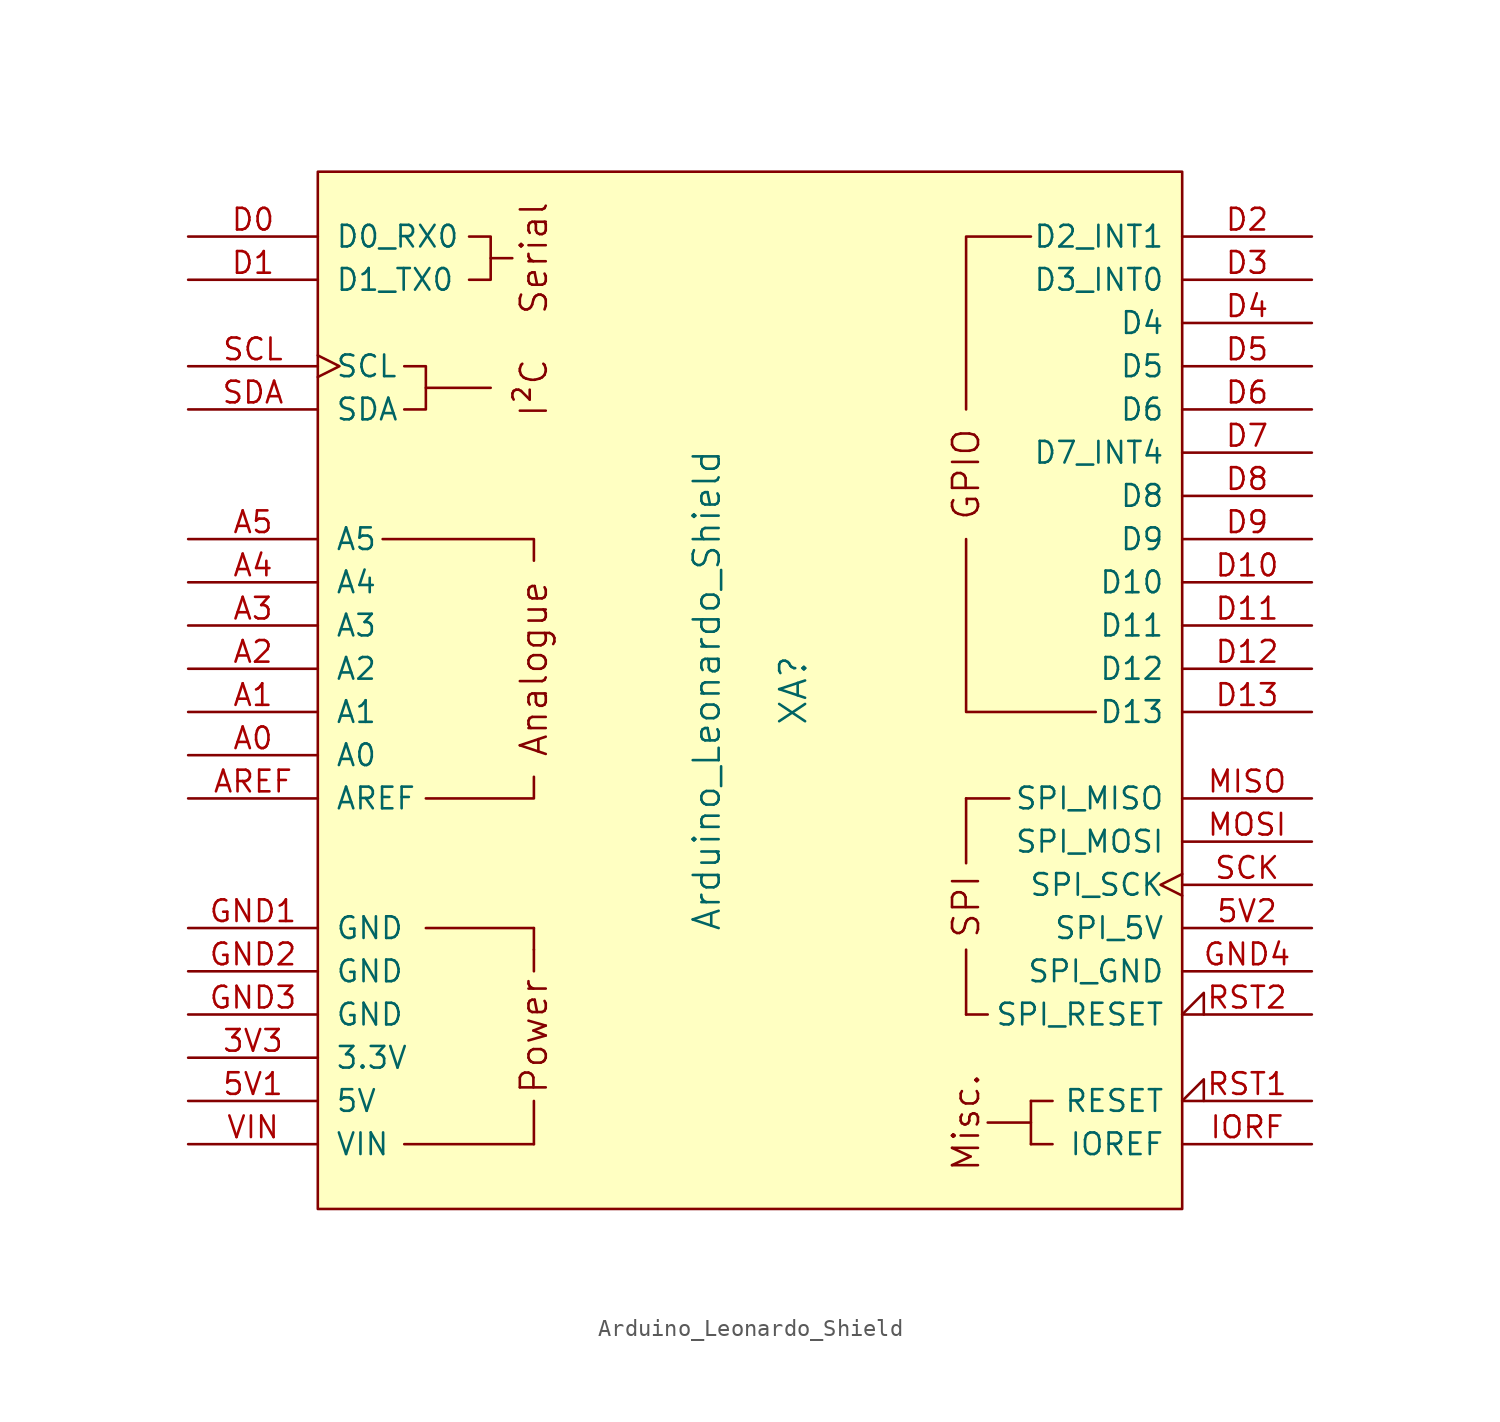
<source format=kicad_sym>
(kicad_symbol_lib
  (version 20211014)
  (generator kicad_symbol_editor)
  (symbol "Arduino_Leonardo_Shield"
    (pin_names
      (offset 1.016))
    (property "Reference" "XA"
      (at 2.54 0 90)
      (effects (font (size 1.524 1.524))))
    (property "Value" "Arduino_Leonardo_Shield"
      (at -2.54 0 90)
      (effects (font (size 1.524 1.524))))
    (symbol "Arduino_Leonardo_Shield_0_0"
      (rectangle (start -25.4 30.48) (end 25.4 -30.48) (stroke (width 0) (type default) (color 0 0 0 0)) (fill (type background)))
      (rectangle (start -20.32 -26.67) (end -12.7 -26.67) (stroke (width 0) (type default) (color 0 0 0 0)) (fill (type none)))
      (rectangle (start -19.05 -13.97) (end -12.7 -13.97) (stroke (width 0) (type default) (color 0 0 0 0)) (fill (type none)))
      (polyline (pts (xy -19.05 17.78) (xy -15.24 17.78)) (stroke (width 0) (type default) (color 0 0 0 0)) (fill (type none)))
      (polyline (pts (xy -15.24 25.4) (xy -13.97 25.4)) (stroke (width 0) (type default) (color 0 0 0 0)) (fill (type none)))
      (polyline (pts (xy -12.7 -26.67) (xy -12.7 -24.13)) (stroke (width 0) (type default) (color 0 0 0 0)) (fill (type none)))
      (polyline (pts (xy -12.7 -15.24) (xy -12.7 -16.51)) (stroke (width 0) (type default) (color 0 0 0 0)) (fill (type none)))
      (polyline (pts (xy -12.7 -13.97) (xy -12.7 -15.24)) (stroke (width 0) (type default) (color 0 0 0 0)) (fill (type none)))
      (polyline (pts (xy -12.7 -5.08) (xy -12.7 -6.35) (xy -19.05 -6.35)) (stroke (width 0) (type default) (color 0 0 0 0)) (fill (type none)))
      (polyline (pts (xy -12.7 7.62) (xy -12.7 8.89) (xy -21.59 8.89)) (stroke (width 0) (type default) (color 0 0 0 0)) (fill (type none)))
      (polyline (pts (xy 12.7 8.89) (xy 12.7 -1.27) (xy 20.32 -1.27)) (stroke (width 0) (type default) (color 0 0 0 0)) (fill (type none)))
      (polyline (pts (xy 12.7 16.51) (xy 12.7 26.67) (xy 16.51 26.67)) (stroke (width 0) (type default) (color 0 0 0 0)) (fill (type none)))
      (polyline (pts (xy -20.32 19.05) (xy -19.05 19.05) (xy -19.05 16.51) (xy -20.32 16.51)) (stroke (width 0) (type default) (color 0 0 0 0)) (fill (type none)))
      (polyline (pts (xy -16.51 26.67) (xy -15.24 26.67) (xy -15.24 24.13) (xy -16.51 24.13)) (stroke (width 0) (type default) (color 0 0 0 0)) (fill (type none)))
      (rectangle (start 12.7 -19.05) (end 12.7 -15.24) (stroke (width 0) (type default) (color 0 0 0 0)) (fill (type none)))
      (rectangle (start 12.7 -10.16) (end 12.7 -6.35) (stroke (width 0) (type default) (color 0 0 0 0)) (fill (type none)))
      (rectangle (start 13.97 -19.05) (end 12.7 -19.05) (stroke (width 0) (type default) (color 0 0 0 0)) (fill (type none)))
      (rectangle (start 15.24 -6.35) (end 12.7 -6.35) (stroke (width 0) (type default) (color 0 0 0 0)) (fill (type none)))
      (rectangle (start 16.51 -25.4) (end 13.97 -25.4) (stroke (width 0) (type default) (color 0 0 0 0)) (fill (type none)))
      (rectangle (start 16.51 -24.13) (end 16.51 -26.67) (stroke (width 0) (type default) (color 0 0 0 0)) (fill (type none)))
      (rectangle (start 17.78 -26.67) (end 16.51 -26.67) (stroke (width 0) (type default) (color 0 0 0 0)) (fill (type none)))
      (rectangle (start 17.78 -24.13) (end 16.51 -24.13) (stroke (width 0) (type default) (color 0 0 0 0)) (fill (type none)))
      (text "Analogue" (at -12.7 1.27 900) (effects (font (size 1.524 1.524))))
      (text "I²C" (at -12.7 17.78 900) (effects (font (size 1.524 1.524))))
      (text "Misc." (at 12.7 -25.4 900) (effects (font (size 1.524 1.524))))
      (text "Power" (at -12.7 -20.32 900) (effects (font (size 1.524 1.524))))
      (text "Serial" (at -12.7 25.4 900) (effects (font (size 1.524 1.524))))
      (text "SPI" (at 12.7 -12.7 900) (effects (font (size 1.524 1.524)))))
    (symbol "Arduino_Leonardo_Shield_1_0"
      (text "GPIO" (at 12.7 12.7 900) (effects (font (size 1.524 1.524)))))
    (symbol "Arduino_Leonardo_Shield_1_1"
      (pin power_in line (at -33.02 -21.59 0) (length 7.62) (name "3.3V" (effects (font (size 1.27 1.27)))) (number "3V3" (effects (font (size 1.27 1.27)))))
      (pin power_in line (at -33.02 -24.13 0) (length 7.62) (name "5V" (effects (font (size 1.27 1.27)))) (number "5V1" (effects (font (size 1.27 1.27)))))
      (pin power_in line (at 33.02 -13.97 180) (length 7.62) (name "SPI_5V" (effects (font (size 1.27 1.27)))) (number "5V2" (effects (font (size 1.27 1.27)))))
      (pin bidirectional line (at -33.02 -3.81 0) (length 7.62) (name "A0" (effects (font (size 1.27 1.27)))) (number "A0" (effects (font (size 1.27 1.27)))))
      (pin bidirectional line (at -33.02 -1.27 0) (length 7.62) (name "A1" (effects (font (size 1.27 1.27)))) (number "A1" (effects (font (size 1.27 1.27)))))
      (pin bidirectional line (at -33.02 1.27 0) (length 7.62) (name "A2" (effects (font (size 1.27 1.27)))) (number "A2" (effects (font (size 1.27 1.27)))))
      (pin bidirectional line (at -33.02 3.81 0) (length 7.62) (name "A3" (effects (font (size 1.27 1.27)))) (number "A3" (effects (font (size 1.27 1.27)))))
      (pin bidirectional line (at -33.02 6.35 0) (length 7.62) (name "A4" (effects (font (size 1.27 1.27)))) (number "A4" (effects (font (size 1.27 1.27)))))
      (pin bidirectional line (at -33.02 8.89 0) (length 7.62) (name "A5" (effects (font (size 1.27 1.27)))) (number "A5" (effects (font (size 1.27 1.27)))))
      (pin input line (at -33.02 -6.35 0) (length 7.62) (name "AREF" (effects (font (size 1.27 1.27)))) (number "AREF" (effects (font (size 1.27 1.27)))))
      (pin bidirectional line (at -33.02 26.67 0) (length 7.62) (name "D0_RX0" (effects (font (size 1.27 1.27)))) (number "D0" (effects (font (size 1.27 1.27)))))
      (pin bidirectional line (at -33.02 24.13 0) (length 7.62) (name "D1_TX0" (effects (font (size 1.27 1.27)))) (number "D1" (effects (font (size 1.27 1.27)))))
      (pin bidirectional line (at 33.02 6.35 180) (length 7.62) (name "D10" (effects (font (size 1.27 1.27)))) (number "D10" (effects (font (size 1.27 1.27)))))
      (pin bidirectional line (at 33.02 3.81 180) (length 7.62) (name "D11" (effects (font (size 1.27 1.27)))) (number "D11" (effects (font (size 1.27 1.27)))))
      (pin bidirectional line (at 33.02 1.27 180) (length 7.62) (name "D12" (effects (font (size 1.27 1.27)))) (number "D12" (effects (font (size 1.27 1.27)))))
      (pin bidirectional line (at 33.02 -1.27 180) (length 7.62) (name "D13" (effects (font (size 1.27 1.27)))) (number "D13" (effects (font (size 1.27 1.27)))))
      (pin bidirectional line (at 33.02 26.67 180) (length 7.62) (name "D2_INT1" (effects (font (size 1.27 1.27)))) (number "D2" (effects (font (size 1.27 1.27)))))
      (pin bidirectional line (at 33.02 24.13 180) (length 7.62) (name "D3_INT0" (effects (font (size 1.27 1.27)))) (number "D3" (effects (font (size 1.27 1.27)))))
      (pin bidirectional line (at 33.02 21.59 180) (length 7.62) (name "D4" (effects (font (size 1.27 1.27)))) (number "D4" (effects (font (size 1.27 1.27)))))
      (pin bidirectional line (at 33.02 19.05 180) (length 7.62) (name "D5" (effects (font (size 1.27 1.27)))) (number "D5" (effects (font (size 1.27 1.27)))))
      (pin bidirectional line (at 33.02 16.51 180) (length 7.62) (name "D6" (effects (font (size 1.27 1.27)))) (number "D6" (effects (font (size 1.27 1.27)))))
      (pin bidirectional line (at 33.02 13.97 180) (length 7.62) (name "D7_INT4" (effects (font (size 1.27 1.27)))) (number "D7" (effects (font (size 1.27 1.27)))))
      (pin bidirectional line (at 33.02 11.43 180) (length 7.62) (name "D8" (effects (font (size 1.27 1.27)))) (number "D8" (effects (font (size 1.27 1.27)))))
      (pin bidirectional line (at 33.02 8.89 180) (length 7.62) (name "D9" (effects (font (size 1.27 1.27)))) (number "D9" (effects (font (size 1.27 1.27)))))
      (pin power_in line (at -33.02 -13.97 0) (length 7.62) (name "GND" (effects (font (size 1.27 1.27)))) (number "GND1" (effects (font (size 1.27 1.27)))))
      (pin power_in line (at -33.02 -16.51 0) (length 7.62) (name "GND" (effects (font (size 1.27 1.27)))) (number "GND2" (effects (font (size 1.27 1.27)))))
      (pin power_in line (at -33.02 -19.05 0) (length 7.62) (name "GND" (effects (font (size 1.27 1.27)))) (number "GND3" (effects (font (size 1.27 1.27)))))
      (pin power_in line (at 33.02 -16.51 180) (length 7.62) (name "SPI_GND" (effects (font (size 1.27 1.27)))) (number "GND4" (effects (font (size 1.27 1.27)))))
      (pin output line (at 33.02 -26.67 180) (length 7.62) (name "IOREF" (effects (font (size 1.27 1.27)))) (number "IORF" (effects (font (size 1.27 1.27)))))
      (pin input line (at 33.02 -6.35 180) (length 7.62) (name "SPI_MISO" (effects (font (size 1.27 1.27)))) (number "MISO" (effects (font (size 1.27 1.27)))))
      (pin output line (at 33.02 -8.89 180) (length 7.62) (name "SPI_MOSI" (effects (font (size 1.27 1.27)))) (number "MOSI" (effects (font (size 1.27 1.27)))))
      (pin open_collector input_low (at 33.02 -24.13 180) (length 7.62) (name "RESET" (effects (font (size 1.27 1.27)))) (number "RST1" (effects (font (size 1.27 1.27)))))
      (pin open_collector input_low (at 33.02 -19.05 180) (length 7.62) (name "SPI_RESET" (effects (font (size 1.27 1.27)))) (number "RST2" (effects (font (size 1.27 1.27)))))
      (pin output clock (at 33.02 -11.43 180) (length 7.62) (name "SPI_SCK" (effects (font (size 1.27 1.27)))) (number "SCK" (effects (font (size 1.27 1.27)))))
      (pin bidirectional clock (at -33.02 19.05 0) (length 7.62) (name "SCL" (effects (font (size 1.27 1.27)))) (number "SCL" (effects (font (size 1.27 1.27)))))
      (pin bidirectional line (at -33.02 16.51 0) (length 7.62) (name "SDA" (effects (font (size 1.27 1.27)))) (number "SDA" (effects (font (size 1.27 1.27)))))
      (pin power_in line (at -33.02 -26.67 0) (length 7.62) (name "VIN" (effects (font (size 1.27 1.27)))) (number "VIN" (effects (font (size 1.27 1.27))))))))
</source>
